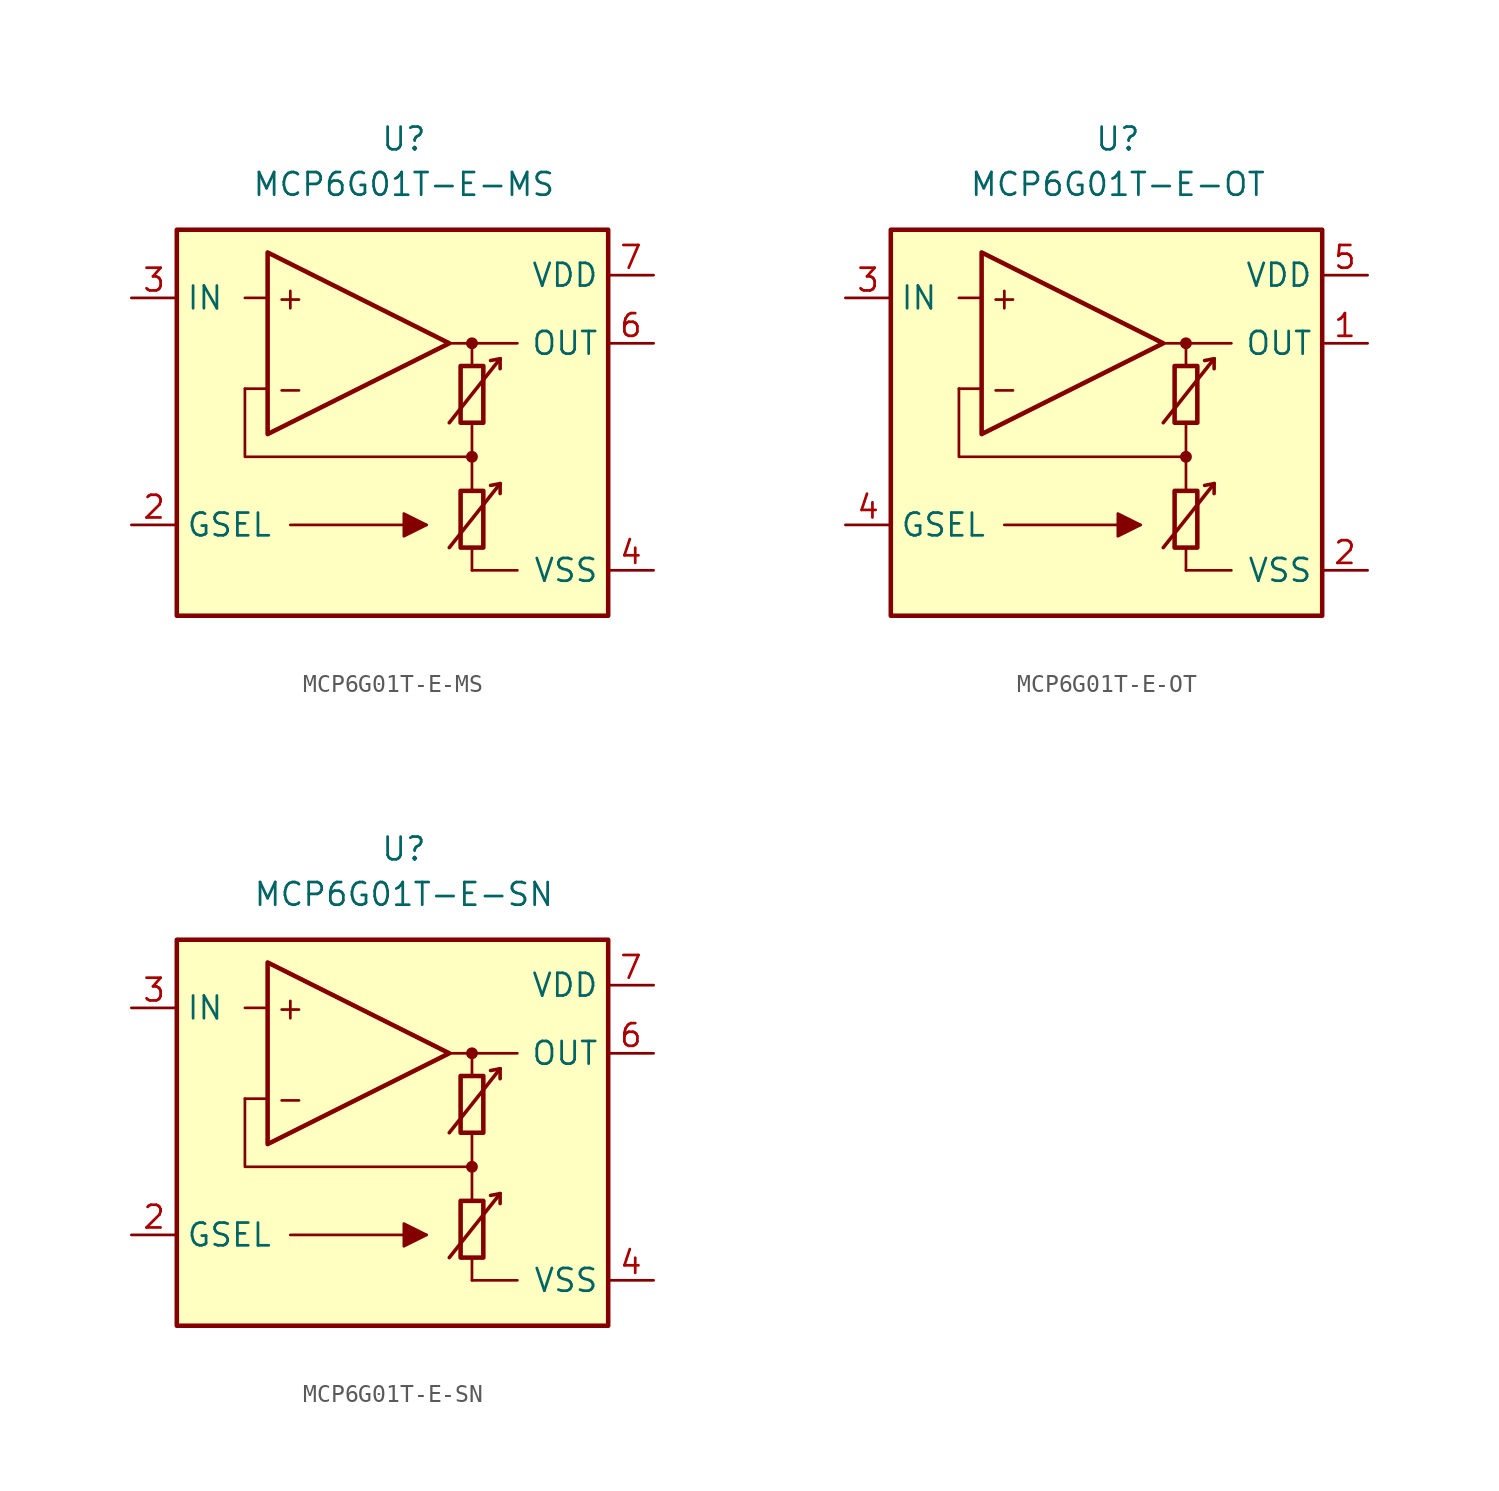
<source format=kicad_sym>
(kicad_symbol_lib
  (version 20211014)
  (generator kicad_symbol_editor)
  (symbol "MCP6G01T-E-MS"
    (property "Reference" "U"
      (at 0 16.51 0)
      (effects (font (size 1.27 1.27))))
    (property "Value" "MCP6G01T-E-MS"
      (at 0 13.97 0)
      (effects (font (size 1.27 1.27))))
    (symbol "MCP6G01T-E-MS_0_0"
      (rectangle (start -12.7 11.43) (end 11.43 -10.16) (stroke (width 0.254) (type default) (color 0 0 0 0)) (fill (type background)))
      (polyline (pts (xy 3.81 -3.81)) (stroke (width 0.152) (type default) (color 0 0 0 0)) (fill (type none)))
      (polyline (pts (xy 3.81 3.81)) (stroke (width 0.152) (type default) (color 0 0 0 0)) (fill (type none)))
      (polyline (pts (xy -7.62 2.54) (xy -8.89 2.54)) (stroke (width 0.152) (type default) (color 0 0 0 0)) (fill (type none)))
      (polyline (pts (xy -7.62 7.62) (xy -8.89 7.62)) (stroke (width 0.152) (type default) (color 0 0 0 0)) (fill (type none)))
      (polyline (pts (xy 2.54 5.08) (xy 6.35 5.08)) (stroke (width 0.152) (type default) (color 0 0 0 0)) (fill (type none)))
      (polyline (pts (xy 3.81 -7.62) (xy 6.35 -7.62)) (stroke (width 0.152) (type default) (color 0 0 0 0)) (fill (type none)))
      (polyline (pts (xy 3.81 -6.35) (xy 3.81 -7.62)) (stroke (width 0.152) (type default) (color 0 0 0 0)) (fill (type none)))
      (polyline (pts (xy 3.81 -1.27) (xy 3.81 -3.175)) (stroke (width 0.152) (type default) (color 0 0 0 0)) (fill (type none)))
      (polyline (pts (xy 3.81 0.635) (xy 3.81 -1.27)) (stroke (width 0.152) (type default) (color 0 0 0 0)) (fill (type none)))
      (polyline (pts (xy 3.81 5.08) (xy 3.81 3.81)) (stroke (width 0.152) (type default) (color 0 0 0 0)) (fill (type none)))
      (polyline (pts (xy 3.81 -1.27) (xy -8.89 -1.27) (xy -8.89 2.54)) (stroke (width 0.152) (type default) (color 0 0 0 0)) (fill (type none)))
      (circle (center 3.81 -1.27) (radius 0.254) (stroke (width 0.152) (type default) (color 0 0 0 0)) (fill (type outline)))
      (circle (center 3.81 5.08) (radius 0.254) (stroke (width 0.152) (type default) (color 0 0 0 0)) (fill (type outline)))
      (text "+" (at -6.35 7.62 0) (effects (font (size 1.27 1.27))))
      (text "-" (at -6.35 2.54 0) (effects (font (size 1.27 1.27)))))
    (symbol "MCP6G01T-E-MS_0_1"
      (polyline (pts (xy -6.35 -5.08) (xy 1.27 -5.08)) (stroke (width 0.152) (type default) (color 0 0 0 0)) (fill (type none)))
      (polyline (pts (xy 5.385 -2.769) (xy 4.851 -2.87)) (stroke (width 0.2) (type default) (color 0 0 0 0)) (fill (type none)))
      (polyline (pts (xy 5.385 -2.769) (xy 5.385 -3.327)) (stroke (width 0.2) (type default) (color 0 0 0 0)) (fill (type none)))
      (polyline (pts (xy 5.385 4.216) (xy 4.851 4.115)) (stroke (width 0.2) (type default) (color 0 0 0 0)) (fill (type none)))
      (polyline (pts (xy 5.385 4.216) (xy 5.385 3.658)) (stroke (width 0.2) (type default) (color 0 0 0 0)) (fill (type none)))
      (polyline (pts (xy -7.62 10.16) (xy -7.62 0) (xy 2.54 5.08) (xy -7.62 10.16)) (stroke (width 0.254) (type default) (color 0 0 0 0)) (fill (type background)))
      (polyline (pts (xy 2.54 -6.35) (xy 5.385 -2.769) (xy 5.385 -2.769) (xy 5.385 -2.769)) (stroke (width 0.2) (type default) (color 0 0 0 0)) (fill (type none)))
      (polyline (pts (xy 2.54 0.635) (xy 5.385 4.216) (xy 5.385 4.216) (xy 5.385 4.216)) (stroke (width 0.2) (type default) (color 0 0 0 0)) (fill (type none)))
      (polyline (pts (xy 1.27 -5.08) (xy 0 -4.445) (xy 0 -5.715) (xy 1.27 -5.08) (xy 0 -4.445)) (stroke (width 0.152) (type default) (color 0 0 0 0)) (fill (type outline)))
      (rectangle (start 3.175 -3.175) (end 4.445 -6.35) (stroke (width 0.254) (type default) (color 0 0 0 0)) (fill (type none)))
      (rectangle (start 3.175 3.81) (end 4.445 0.635) (stroke (width 0.254) (type default) (color 0 0 0 0)) (fill (type none))))
    (symbol "MCP6G01T-E-MS_1_1"
      (pin no_connect line (at -1.27 -5.08 0) (length 2.54) hide (name "NC" (effects (font (size 1.27 1.27)))) (number "1" (effects (font (size 1.27 1.27)))))
      (pin input line (at -15.24 -5.08 0) (length 2.54) (name "GSEL" (effects (font (size 1.27 1.27)))) (number "2" (effects (font (size 1.27 1.27)))))
      (pin input line (at -15.24 7.62 0) (length 2.54) (name "IN" (effects (font (size 1.27 1.27)))) (number "3" (effects (font (size 1.27 1.27)))))
      (pin power_in line (at 13.97 -7.62 180) (length 2.54) (name "VSS" (effects (font (size 1.27 1.27)))) (number "4" (effects (font (size 1.27 1.27)))))
      (pin no_connect line (at -1.27 -7.62 0) (length 2.54) hide (name "NC" (effects (font (size 1.27 1.27)))) (number "5" (effects (font (size 1.27 1.27)))))
      (pin output line (at 13.97 5.08 180) (length 2.54) (name "OUT" (effects (font (size 1.27 1.27)))) (number "6" (effects (font (size 1.27 1.27)))))
      (pin power_in line (at 13.97 8.89 180) (length 2.54) (name "VDD" (effects (font (size 1.27 1.27)))) (number "7" (effects (font (size 1.27 1.27)))))
      (pin no_connect line (at -1.27 -2.54 0) (length 2.54) hide (name "NC" (effects (font (size 1.27 1.27)))) (number "8" (effects (font (size 1.27 1.27)))))))
  (symbol "MCP6G01T-E-OT"
    (property "Reference" "U"
      (at 0 16.51 0)
      (effects (font (size 1.27 1.27))))
    (property "Value" "MCP6G01T-E-OT"
      (at 0 13.97 0)
      (effects (font (size 1.27 1.27))))
    (symbol "MCP6G01T-E-OT_0_0"
      (rectangle (start -12.7 11.43) (end 11.43 -10.16) (stroke (width 0.254) (type default) (color 0 0 0 0)) (fill (type background)))
      (polyline (pts (xy 3.81 -3.81)) (stroke (width 0.152) (type default) (color 0 0 0 0)) (fill (type none)))
      (polyline (pts (xy 3.81 3.81)) (stroke (width 0.152) (type default) (color 0 0 0 0)) (fill (type none)))
      (polyline (pts (xy -7.62 2.54) (xy -8.89 2.54)) (stroke (width 0.152) (type default) (color 0 0 0 0)) (fill (type none)))
      (polyline (pts (xy -7.62 7.62) (xy -8.89 7.62)) (stroke (width 0.152) (type default) (color 0 0 0 0)) (fill (type none)))
      (polyline (pts (xy 2.54 5.08) (xy 6.35 5.08)) (stroke (width 0.152) (type default) (color 0 0 0 0)) (fill (type none)))
      (polyline (pts (xy 3.81 -7.62) (xy 6.35 -7.62)) (stroke (width 0.152) (type default) (color 0 0 0 0)) (fill (type none)))
      (polyline (pts (xy 3.81 -6.35) (xy 3.81 -7.62)) (stroke (width 0.152) (type default) (color 0 0 0 0)) (fill (type none)))
      (polyline (pts (xy 3.81 -1.27) (xy 3.81 -3.175)) (stroke (width 0.152) (type default) (color 0 0 0 0)) (fill (type none)))
      (polyline (pts (xy 3.81 0.635) (xy 3.81 -1.27)) (stroke (width 0.152) (type default) (color 0 0 0 0)) (fill (type none)))
      (polyline (pts (xy 3.81 5.08) (xy 3.81 3.81)) (stroke (width 0.152) (type default) (color 0 0 0 0)) (fill (type none)))
      (polyline (pts (xy 3.81 -1.27) (xy -8.89 -1.27) (xy -8.89 2.54)) (stroke (width 0.152) (type default) (color 0 0 0 0)) (fill (type none)))
      (circle (center 3.81 -1.27) (radius 0.254) (stroke (width 0.152) (type default) (color 0 0 0 0)) (fill (type outline)))
      (circle (center 3.81 5.08) (radius 0.254) (stroke (width 0.152) (type default) (color 0 0 0 0)) (fill (type outline)))
      (text "+" (at -6.35 7.62 0) (effects (font (size 1.27 1.27))))
      (text "-" (at -6.35 2.54 0) (effects (font (size 1.27 1.27)))))
    (symbol "MCP6G01T-E-OT_0_1"
      (polyline (pts (xy -6.35 -5.08) (xy 1.27 -5.08)) (stroke (width 0.152) (type default) (color 0 0 0 0)) (fill (type none)))
      (polyline (pts (xy 5.385 -2.769) (xy 4.851 -2.87)) (stroke (width 0.2) (type default) (color 0 0 0 0)) (fill (type none)))
      (polyline (pts (xy 5.385 -2.769) (xy 5.385 -3.327)) (stroke (width 0.2) (type default) (color 0 0 0 0)) (fill (type none)))
      (polyline (pts (xy 5.385 4.216) (xy 4.851 4.115)) (stroke (width 0.2) (type default) (color 0 0 0 0)) (fill (type none)))
      (polyline (pts (xy 5.385 4.216) (xy 5.385 3.658)) (stroke (width 0.2) (type default) (color 0 0 0 0)) (fill (type none)))
      (polyline (pts (xy -7.62 10.16) (xy -7.62 0) (xy 2.54 5.08) (xy -7.62 10.16)) (stroke (width 0.254) (type default) (color 0 0 0 0)) (fill (type background)))
      (polyline (pts (xy 2.54 -6.35) (xy 5.385 -2.769) (xy 5.385 -2.769) (xy 5.385 -2.769)) (stroke (width 0.2) (type default) (color 0 0 0 0)) (fill (type none)))
      (polyline (pts (xy 2.54 0.635) (xy 5.385 4.216) (xy 5.385 4.216) (xy 5.385 4.216)) (stroke (width 0.2) (type default) (color 0 0 0 0)) (fill (type none)))
      (polyline (pts (xy 1.27 -5.08) (xy 0 -4.445) (xy 0 -5.715) (xy 1.27 -5.08) (xy 0 -4.445)) (stroke (width 0.152) (type default) (color 0 0 0 0)) (fill (type outline)))
      (rectangle (start 3.175 -3.175) (end 4.445 -6.35) (stroke (width 0.254) (type default) (color 0 0 0 0)) (fill (type none)))
      (rectangle (start 3.175 3.81) (end 4.445 0.635) (stroke (width 0.254) (type default) (color 0 0 0 0)) (fill (type none))))
    (symbol "MCP6G01T-E-OT_1_1"
      (pin output line (at 13.97 5.08 180) (length 2.54) (name "OUT" (effects (font (size 1.27 1.27)))) (number "1" (effects (font (size 1.27 1.27)))))
      (pin power_in line (at 13.97 -7.62 180) (length 2.54) (name "VSS" (effects (font (size 1.27 1.27)))) (number "2" (effects (font (size 1.27 1.27)))))
      (pin input line (at -15.24 7.62 0) (length 2.54) (name "IN" (effects (font (size 1.27 1.27)))) (number "3" (effects (font (size 1.27 1.27)))))
      (pin input line (at -15.24 -5.08 0) (length 2.54) (name "GSEL" (effects (font (size 1.27 1.27)))) (number "4" (effects (font (size 1.27 1.27)))))
      (pin power_in line (at 13.97 8.89 180) (length 2.54) (name "VDD" (effects (font (size 1.27 1.27)))) (number "5" (effects (font (size 1.27 1.27)))))))
  (symbol "MCP6G01T-E-SN"
    (property "Reference" "U"
      (at 0 16.51 0)
      (effects (font (size 1.27 1.27))))
    (property "Value" "MCP6G01T-E-SN"
      (at 0 13.97 0)
      (effects (font (size 1.27 1.27))))
    (symbol "MCP6G01T-E-SN_0_0"
      (rectangle (start -12.7 11.43) (end 11.43 -10.16) (stroke (width 0.254) (type default) (color 0 0 0 0)) (fill (type background)))
      (polyline (pts (xy 3.81 -3.81)) (stroke (width 0.152) (type default) (color 0 0 0 0)) (fill (type none)))
      (polyline (pts (xy 3.81 3.81)) (stroke (width 0.152) (type default) (color 0 0 0 0)) (fill (type none)))
      (polyline (pts (xy -7.62 2.54) (xy -8.89 2.54)) (stroke (width 0.152) (type default) (color 0 0 0 0)) (fill (type none)))
      (polyline (pts (xy -7.62 7.62) (xy -8.89 7.62)) (stroke (width 0.152) (type default) (color 0 0 0 0)) (fill (type none)))
      (polyline (pts (xy 2.54 5.08) (xy 6.35 5.08)) (stroke (width 0.152) (type default) (color 0 0 0 0)) (fill (type none)))
      (polyline (pts (xy 3.81 -7.62) (xy 6.35 -7.62)) (stroke (width 0.152) (type default) (color 0 0 0 0)) (fill (type none)))
      (polyline (pts (xy 3.81 -6.35) (xy 3.81 -7.62)) (stroke (width 0.152) (type default) (color 0 0 0 0)) (fill (type none)))
      (polyline (pts (xy 3.81 -1.27) (xy 3.81 -3.175)) (stroke (width 0.152) (type default) (color 0 0 0 0)) (fill (type none)))
      (polyline (pts (xy 3.81 0.635) (xy 3.81 -1.27)) (stroke (width 0.152) (type default) (color 0 0 0 0)) (fill (type none)))
      (polyline (pts (xy 3.81 5.08) (xy 3.81 3.81)) (stroke (width 0.152) (type default) (color 0 0 0 0)) (fill (type none)))
      (polyline (pts (xy 3.81 -1.27) (xy -8.89 -1.27) (xy -8.89 2.54)) (stroke (width 0.152) (type default) (color 0 0 0 0)) (fill (type none)))
      (circle (center 3.81 -1.27) (radius 0.254) (stroke (width 0.152) (type default) (color 0 0 0 0)) (fill (type outline)))
      (circle (center 3.81 5.08) (radius 0.254) (stroke (width 0.152) (type default) (color 0 0 0 0)) (fill (type outline)))
      (text "+" (at -6.35 7.62 0) (effects (font (size 1.27 1.27))))
      (text "-" (at -6.35 2.54 0) (effects (font (size 1.27 1.27)))))
    (symbol "MCP6G01T-E-SN_0_1"
      (polyline (pts (xy -6.35 -5.08) (xy 1.27 -5.08)) (stroke (width 0.152) (type default) (color 0 0 0 0)) (fill (type none)))
      (polyline (pts (xy 5.385 -2.769) (xy 4.851 -2.87)) (stroke (width 0.2) (type default) (color 0 0 0 0)) (fill (type none)))
      (polyline (pts (xy 5.385 -2.769) (xy 5.385 -3.327)) (stroke (width 0.2) (type default) (color 0 0 0 0)) (fill (type none)))
      (polyline (pts (xy 5.385 4.216) (xy 4.851 4.115)) (stroke (width 0.2) (type default) (color 0 0 0 0)) (fill (type none)))
      (polyline (pts (xy 5.385 4.216) (xy 5.385 3.658)) (stroke (width 0.2) (type default) (color 0 0 0 0)) (fill (type none)))
      (polyline (pts (xy -7.62 10.16) (xy -7.62 0) (xy 2.54 5.08) (xy -7.62 10.16)) (stroke (width 0.254) (type default) (color 0 0 0 0)) (fill (type background)))
      (polyline (pts (xy 2.54 -6.35) (xy 5.385 -2.769) (xy 5.385 -2.769) (xy 5.385 -2.769)) (stroke (width 0.2) (type default) (color 0 0 0 0)) (fill (type none)))
      (polyline (pts (xy 2.54 0.635) (xy 5.385 4.216) (xy 5.385 4.216) (xy 5.385 4.216)) (stroke (width 0.2) (type default) (color 0 0 0 0)) (fill (type none)))
      (polyline (pts (xy 1.27 -5.08) (xy 0 -4.445) (xy 0 -5.715) (xy 1.27 -5.08) (xy 0 -4.445)) (stroke (width 0.152) (type default) (color 0 0 0 0)) (fill (type outline)))
      (rectangle (start 3.175 -3.175) (end 4.445 -6.35) (stroke (width 0.254) (type default) (color 0 0 0 0)) (fill (type none)))
      (rectangle (start 3.175 3.81) (end 4.445 0.635) (stroke (width 0.254) (type default) (color 0 0 0 0)) (fill (type none))))
    (symbol "MCP6G01T-E-SN_1_1"
      (pin no_connect line (at -1.27 -5.08 0) (length 2.54) hide (name "NC" (effects (font (size 1.27 1.27)))) (number "1" (effects (font (size 1.27 1.27)))))
      (pin input line (at -15.24 -5.08 0) (length 2.54) (name "GSEL" (effects (font (size 1.27 1.27)))) (number "2" (effects (font (size 1.27 1.27)))))
      (pin input line (at -15.24 7.62 0) (length 2.54) (name "IN" (effects (font (size 1.27 1.27)))) (number "3" (effects (font (size 1.27 1.27)))))
      (pin power_in line (at 13.97 -7.62 180) (length 2.54) (name "VSS" (effects (font (size 1.27 1.27)))) (number "4" (effects (font (size 1.27 1.27)))))
      (pin no_connect line (at -1.27 -7.62 0) (length 2.54) hide (name "NC" (effects (font (size 1.27 1.27)))) (number "5" (effects (font (size 1.27 1.27)))))
      (pin output line (at 13.97 5.08 180) (length 2.54) (name "OUT" (effects (font (size 1.27 1.27)))) (number "6" (effects (font (size 1.27 1.27)))))
      (pin power_in line (at 13.97 8.89 180) (length 2.54) (name "VDD" (effects (font (size 1.27 1.27)))) (number "7" (effects (font (size 1.27 1.27)))))
      (pin no_connect line (at -1.27 -2.54 0) (length 2.54) hide (name "NC" (effects (font (size 1.27 1.27)))) (number "8" (effects (font (size 1.27 1.27))))))))
</source>
